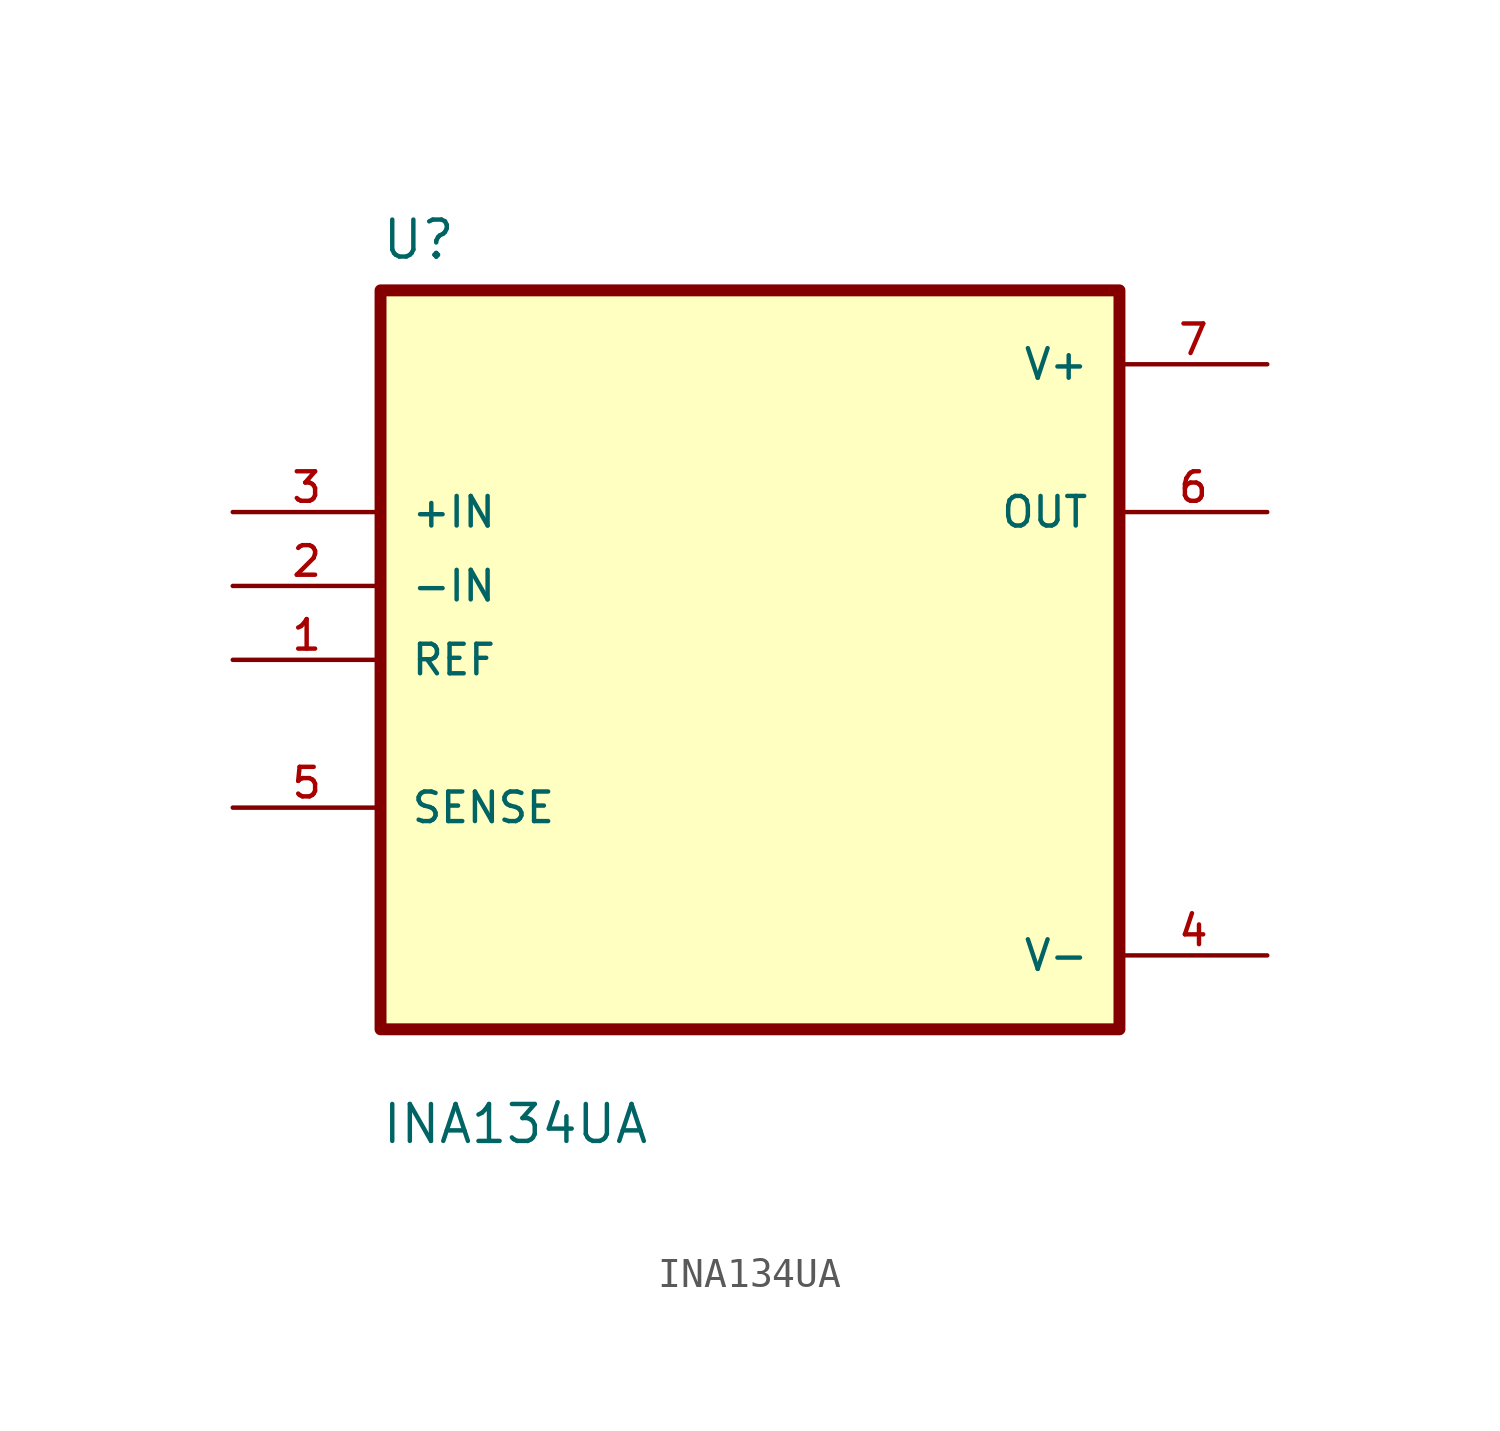
<source format=kicad_sym>
(kicad_symbol_lib
  (version 20211014)
  (generator kicad_symbol_editor)
  (symbol "INA134UA"
    (pin_names
      (offset 1.016))
    (property "Reference" "U"
      (at -12.7 13.7 0.0)
      (effects (font (size 1.27 1.27)) (justify bottom left)))
    (property "Value" "INA134UA"
      (at -12.7 -16.7 0.0)
      (effects (font (size 1.27 1.27)) (justify bottom left)))
    (symbol "INA134UA_0_0"
      (rectangle (start -12.7 -12.7) (end 12.7 12.7) (stroke (width 0.41)) (fill (type background)))
      (pin input line (at -17.78 5.08 0) (length 5.08) (name "+IN" (effects (font (size 1.016 1.016)))) (number "3" (effects (font (size 1.016 1.016)))))
      (pin input line (at -17.78 2.54 0) (length 5.08) (name "-IN" (effects (font (size 1.016 1.016)))) (number "2" (effects (font (size 1.016 1.016)))))
      (pin input line (at -17.78 -8.88178e-16 0) (length 5.08) (name "REF" (effects (font (size 1.016 1.016)))) (number "1" (effects (font (size 1.016 1.016)))))
      (pin bidirectional line (at -17.78 -5.08 0) (length 5.08) (name "SENSE" (effects (font (size 1.016 1.016)))) (number "5" (effects (font (size 1.016 1.016)))))
      (pin power_in line (at 17.78 10.16 180.0) (length 5.08) (name "V+" (effects (font (size 1.016 1.016)))) (number "7" (effects (font (size 1.016 1.016)))))
      (pin output line (at 17.78 5.08 180.0) (length 5.08) (name "OUT" (effects (font (size 1.016 1.016)))) (number "6" (effects (font (size 1.016 1.016)))))
      (pin power_in line (at 17.78 -10.16 180.0) (length 5.08) (name "V-" (effects (font (size 1.016 1.016)))) (number "4" (effects (font (size 1.016 1.016))))))))
</source>
